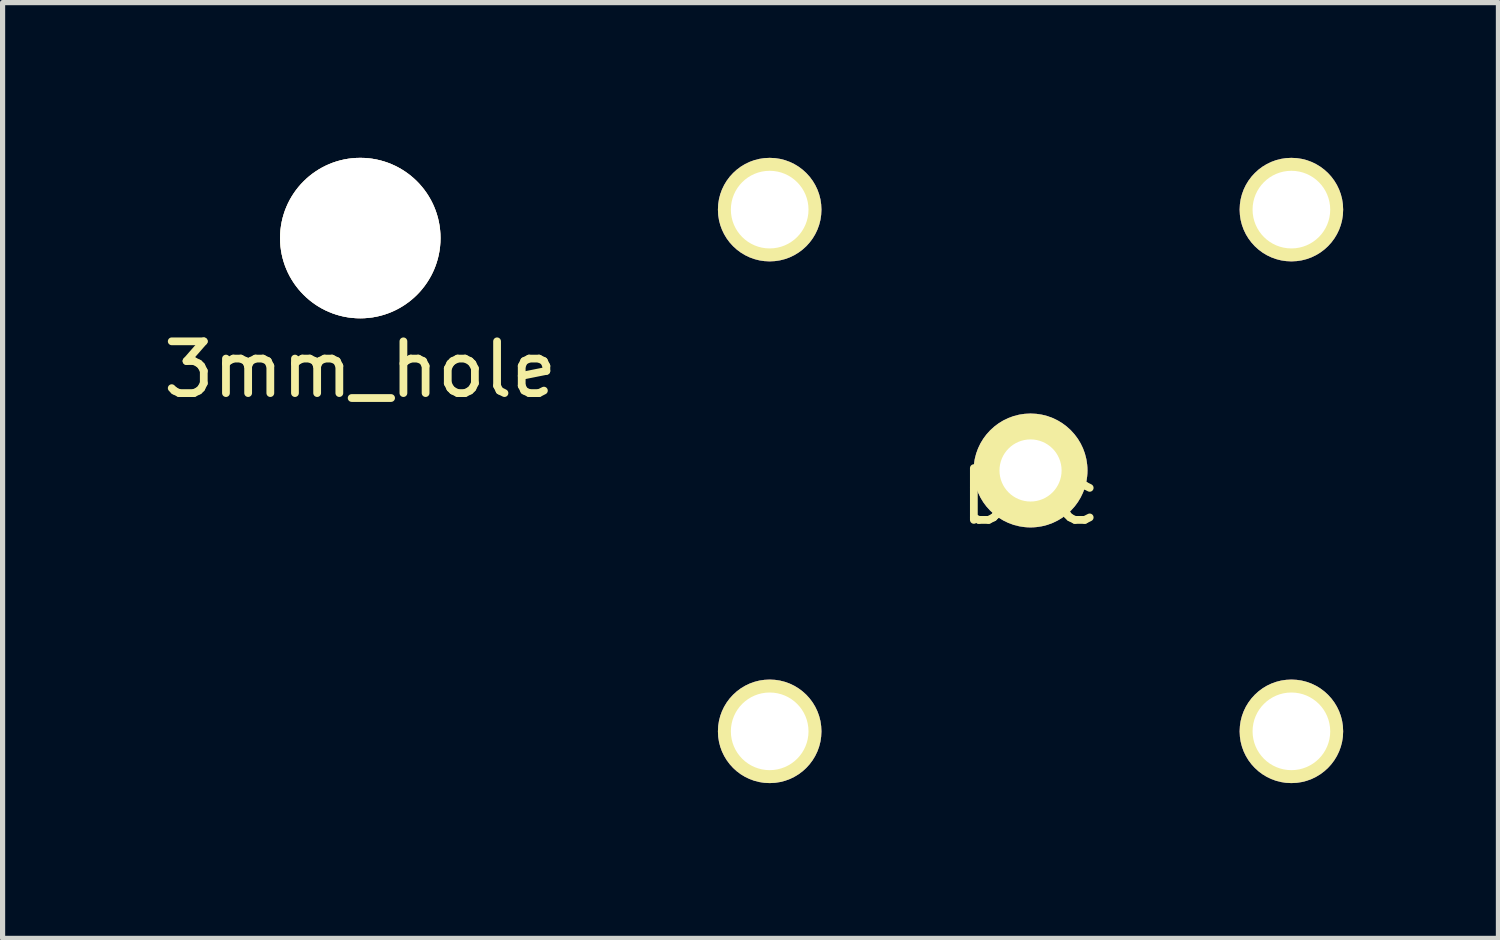
<source format=kicad_pcb>
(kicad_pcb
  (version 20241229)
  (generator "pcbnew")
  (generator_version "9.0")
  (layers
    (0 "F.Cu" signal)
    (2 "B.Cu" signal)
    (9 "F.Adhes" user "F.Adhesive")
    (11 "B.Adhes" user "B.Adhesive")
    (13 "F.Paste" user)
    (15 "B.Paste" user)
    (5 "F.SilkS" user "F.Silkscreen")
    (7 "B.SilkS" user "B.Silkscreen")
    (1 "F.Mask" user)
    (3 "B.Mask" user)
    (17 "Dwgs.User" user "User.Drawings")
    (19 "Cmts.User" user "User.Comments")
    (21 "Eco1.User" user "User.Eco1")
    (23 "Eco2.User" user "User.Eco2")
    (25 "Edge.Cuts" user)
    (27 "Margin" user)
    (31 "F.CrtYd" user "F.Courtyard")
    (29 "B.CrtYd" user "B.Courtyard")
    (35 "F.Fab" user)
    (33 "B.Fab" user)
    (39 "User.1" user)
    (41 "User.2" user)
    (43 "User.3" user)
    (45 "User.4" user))
  (footprint "bnc"
    (layer "F.Cu")
    (at 16.861 6.04)
    (property "Reference" "bnc" (at 0 0.5 0) (layer "F.SilkS") (effects (font (size 1 1) (thickness 0.15))))
    (attr through_hole)
    (pad "1" thru_hole circle (at 0 0) (size 2.2 2.2) (drill 1.2) (layers "*.Cu" "*.Mask" "F.SilkS"))
    (pad "2" thru_hole circle (at -5.04 -5.04) (size 2 2) (drill 1.5) (layers "*.Cu" "*.Mask" "F.SilkS"))
    (pad "2" thru_hole circle (at -5.04 5.04) (size 2 2) (drill 1.5) (layers "*.Cu" "*.Mask" "F.SilkS"))
    (pad "2" thru_hole circle (at 5.04 -5.04) (size 2 2) (drill 1.5) (layers "*.Cu" "*.Mask" "F.SilkS"))
    (pad "2" thru_hole circle (at 5.04 5.04) (size 2 2) (drill 1.5) (layers "*.Cu" "*.Mask" "F.SilkS")))
  (footprint "3mm_hole"
    (layer "F.Cu")
    (at 3.911 1.55)
    (property "Reference" "3mm_hole" (at 0 2.54 0) (layer "F.SilkS") (effects (font (size 1 1) (thickness 0.15))))
    (attr through_hole)
    (pad "1" thru_hole circle (at 0 0) (size 3.1 3.1) (drill 3.1) (layers "*.Cu" "*.Mask" "F.SilkS")))
  (gr_rect
    (start -3 -3)
    (end 25.901 15.08)
    (stroke (width 0.1) (type default))
    (fill no)
    (layer "Edge.Cuts")))
</source>
